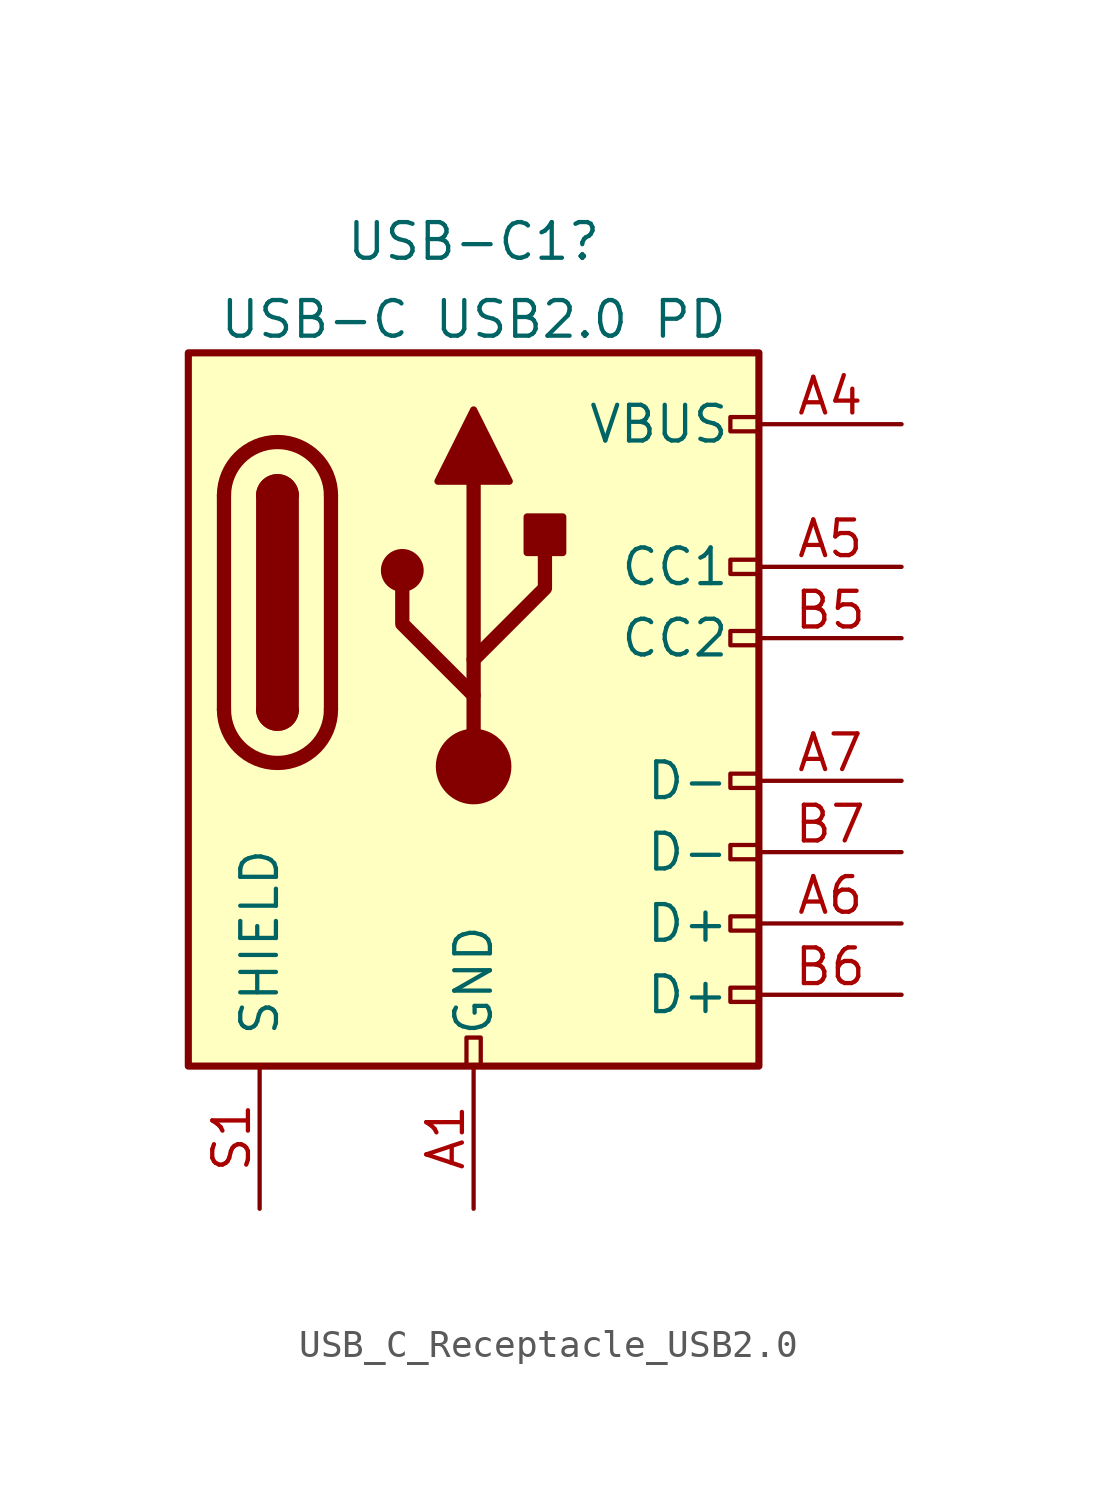
<source format=kicad_sym>
(kicad_symbol_lib
  (version 20220914)
  (generator kicad_symbol_editor)
  (symbol "USB_C_Receptacle_USB2.0"
    (pin_names
      (offset 1.016))
    (property "Reference" "USB-C1"
      (at 0 21.747 0)
      (effects (font (size 1.27 1.27))))
    (property "Value" "USB-C USB2.0 PD"
      (at 0 18.971 0)
      (effects (font (size 1.27 1.27))))
    (symbol "USB_C_Receptacle_USB2.0_0_0"
      (rectangle (start -0.254 -7.62) (end 0.254 -6.604) (stroke (width 0) (type default)) (fill (type none)))
      (rectangle (start 10.16 -4.826) (end 9.144 -5.334) (stroke (width 0) (type default)) (fill (type none)))
      (rectangle (start 10.16 -2.286) (end 9.144 -2.794) (stroke (width 0) (type default)) (fill (type none)))
      (rectangle (start 10.16 0.254) (end 9.144 -0.254) (stroke (width 0) (type default)) (fill (type none)))
      (rectangle (start 10.16 2.794) (end 9.144 2.286) (stroke (width 0) (type default)) (fill (type none)))
      (rectangle (start 10.16 7.874) (end 9.144 7.366) (stroke (width 0) (type default)) (fill (type none)))
      (rectangle (start 10.16 10.414) (end 9.144 9.906) (stroke (width 0) (type default)) (fill (type none)))
      (rectangle (start 10.16 15.494) (end 9.144 14.986) (stroke (width 0) (type default)) (fill (type none))))
    (symbol "USB_C_Receptacle_USB2.0_0_1"
      (rectangle (start -10.16 17.78) (end 10.16 -7.62) (stroke (width 0.254) (type default)) (fill (type background)))
      (arc (start -8.89 5.08) (mid -6.985 3.1833) (end -5.08 5.08) (stroke (width 0.508) (type default)) (fill (type none)))
      (arc (start -7.62 5.08) (mid -6.985 4.4477) (end -6.35 5.08) (stroke (width 0.254) (type default)) (fill (type none)))
      (arc (start -7.62 5.08) (mid -6.985 4.4477) (end -6.35 5.08) (stroke (width 0.254) (type default)) (fill (type outline)))
      (rectangle (start -7.62 5.08) (end -6.35 12.7) (stroke (width 0.254) (type default)) (fill (type outline)))
      (arc (start -6.35 12.7) (mid -6.985 13.3323) (end -7.62 12.7) (stroke (width 0.254) (type default)) (fill (type none)))
      (arc (start -6.35 12.7) (mid -6.985 13.3323) (end -7.62 12.7) (stroke (width 0.254) (type default)) (fill (type outline)))
      (arc (start -5.08 12.7) (mid -6.985 14.5967) (end -8.89 12.7) (stroke (width 0.508) (type default)) (fill (type none)))
      (circle (center -2.54 10.033) (radius 0.635) (stroke (width 0.254) (type default)) (fill (type outline)))
      (polyline (pts (xy -8.89 5.08) (xy -8.89 12.7)) (stroke (width 0.508) (type default)) (fill (type none)))
      (polyline (pts (xy -5.08 12.7) (xy -5.08 5.08)) (stroke (width 0.508) (type default)) (fill (type none)))
      (polyline (pts (xy 0 3.048) (xy 0 13.208)) (stroke (width 0.508) (type default)) (fill (type none)))
      (polyline (pts (xy 0 5.588) (xy -2.54 8.128) (xy -2.54 9.398)) (stroke (width 0.508) (type default)) (fill (type none)))
      (polyline (pts (xy 0 6.858) (xy 2.54 9.398) (xy 2.54 10.668)) (stroke (width 0.508) (type default)) (fill (type none)))
      (polyline (pts (xy -1.27 13.208) (xy 0 15.748) (xy 1.27 13.208) (xy -1.27 13.208)) (stroke (width 0.254) (type default)) (fill (type outline)))
      (circle (center 0 3.048) (radius 1.27) (stroke (width 0) (type default)) (fill (type outline)))
      (rectangle (start 1.905 10.668) (end 3.175 11.938) (stroke (width 0.254) (type default)) (fill (type outline))))
    (symbol "USB_C_Receptacle_USB2.0_1_1"
      (pin power_in line (at 0 -12.7 90) (length 5.08) (name "GND" (effects (font (size 1.27 1.27)))) (number "A1" (effects (font (size 1.27 1.27)))))
      (pin passive line (at 0 -12.7 90) (length 5.08) hide (name "GND" (effects (font (size 1.27 1.27)))) (number "A12" (effects (font (size 1.27 1.27)))))
      (pin power_in line (at 15.24 15.24 180) (length 5.08) (name "VBUS" (effects (font (size 1.27 1.27)))) (number "A4" (effects (font (size 1.27 1.27)))))
      (pin bidirectional line (at 15.24 10.16 180) (length 5.08) (name "CC1" (effects (font (size 1.27 1.27)))) (number "A5" (effects (font (size 1.27 1.27)))))
      (pin bidirectional line (at 15.24 -2.54 180) (length 5.08) (name "D+" (effects (font (size 1.27 1.27)))) (number "A6" (effects (font (size 1.27 1.27)))))
      (pin bidirectional line (at 15.24 2.54 180) (length 5.08) (name "D-" (effects (font (size 1.27 1.27)))) (number "A7" (effects (font (size 1.27 1.27)))))
      (pin passive line (at 15.24 15.24 180) (length 5.08) hide (name "VBUS" (effects (font (size 1.27 1.27)))) (number "A9" (effects (font (size 1.27 1.27)))))
      (pin passive line (at 0 -12.7 90) (length 5.08) hide (name "GND" (effects (font (size 1.27 1.27)))) (number "B1" (effects (font (size 1.27 1.27)))))
      (pin passive line (at 0 -12.7 90) (length 5.08) hide (name "GND" (effects (font (size 1.27 1.27)))) (number "B12" (effects (font (size 1.27 1.27)))))
      (pin passive line (at 15.24 15.24 180) (length 5.08) hide (name "VBUS" (effects (font (size 1.27 1.27)))) (number "B4" (effects (font (size 1.27 1.27)))))
      (pin bidirectional line (at 15.24 7.62 180) (length 5.08) (name "CC2" (effects (font (size 1.27 1.27)))) (number "B5" (effects (font (size 1.27 1.27)))))
      (pin bidirectional line (at 15.24 -5.08 180) (length 5.08) (name "D+" (effects (font (size 1.27 1.27)))) (number "B6" (effects (font (size 1.27 1.27)))))
      (pin bidirectional line (at 15.24 0 180) (length 5.08) (name "D-" (effects (font (size 1.27 1.27)))) (number "B7" (effects (font (size 1.27 1.27)))))
      (pin passive line (at 15.24 15.24 180) (length 5.08) hide (name "VBUS" (effects (font (size 1.27 1.27)))) (number "B9" (effects (font (size 1.27 1.27)))))
      (pin passive line (at -7.62 -12.7 90) (length 5.08) (name "SHIELD" (effects (font (size 1.27 1.27)))) (number "S1" (effects (font (size 1.27 1.27))))))))
</source>
